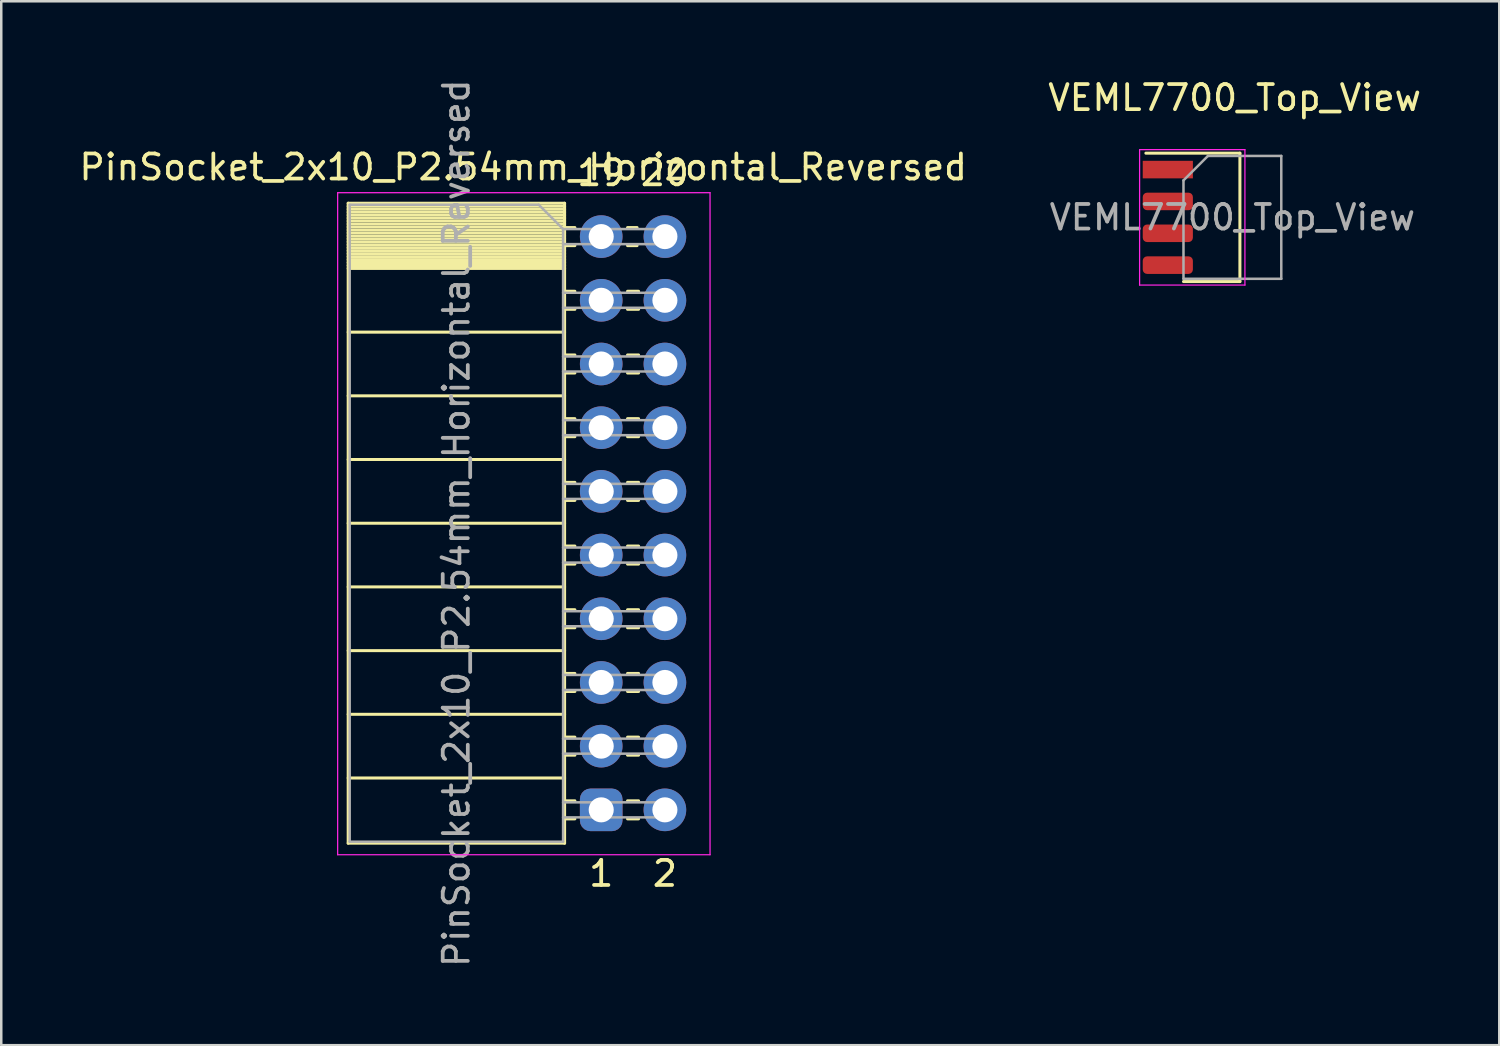
<source format=kicad_pcb>
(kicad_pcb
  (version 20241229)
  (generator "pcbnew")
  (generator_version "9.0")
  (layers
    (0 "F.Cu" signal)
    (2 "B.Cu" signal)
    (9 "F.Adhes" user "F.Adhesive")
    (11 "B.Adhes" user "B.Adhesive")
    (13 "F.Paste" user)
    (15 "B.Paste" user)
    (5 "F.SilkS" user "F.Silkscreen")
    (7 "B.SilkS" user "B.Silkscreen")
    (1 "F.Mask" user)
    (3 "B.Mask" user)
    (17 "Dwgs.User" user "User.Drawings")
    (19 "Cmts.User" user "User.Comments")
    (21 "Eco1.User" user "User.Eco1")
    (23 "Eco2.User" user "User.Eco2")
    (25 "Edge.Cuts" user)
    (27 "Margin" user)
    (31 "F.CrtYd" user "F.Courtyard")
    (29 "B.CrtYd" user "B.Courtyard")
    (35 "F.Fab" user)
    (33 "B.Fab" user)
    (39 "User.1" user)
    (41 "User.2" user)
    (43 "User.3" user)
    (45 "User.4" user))
  (footprint "PinSocket_2x10_P2.54mm_Horizontal_Reversed"
    (layer "F.Cu")
    (at 23.465 6.385)
    (property "Reference" "PinSocket_2x10_P2.54mm_Horizontal_Reversed" (at -5.65 -2.77 0) (layer "F.SilkS") (effects (font (size 1 1) (thickness 0.15))))
    (attr through_hole)
    (fp_line (start -12.63 -1.33) (end -12.63 24.19) (stroke (width 0.12) (type solid)) (layer "F.SilkS"))
    (fp_line (start -12.63 -1.33) (end -4 -1.33) (stroke (width 0.12) (type solid)) (layer "F.SilkS"))
    (fp_line (start -12.63 -1.21) (end -4 -1.21) (stroke (width 0.12) (type solid)) (layer "F.SilkS"))
    (fp_line (start -12.63 -1.092) (end -4 -1.092) (stroke (width 0.12) (type solid)) (layer "F.SilkS"))
    (fp_line (start -12.63 -0.974) (end -4 -0.974) (stroke (width 0.12) (type solid)) (layer "F.SilkS"))
    (fp_line (start -12.63 -0.856) (end -4 -0.856) (stroke (width 0.12) (type solid)) (layer "F.SilkS"))
    (fp_line (start -12.63 -0.738) (end -4 -0.738) (stroke (width 0.12) (type solid)) (layer "F.SilkS"))
    (fp_line (start -12.63 -0.62) (end -4 -0.62) (stroke (width 0.12) (type solid)) (layer "F.SilkS"))
    (fp_line (start -12.63 -0.501) (end -4 -0.501) (stroke (width 0.12) (type solid)) (layer "F.SilkS"))
    (fp_line (start -12.63 -0.383) (end -4 -0.383) (stroke (width 0.12) (type solid)) (layer "F.SilkS"))
    (fp_line (start -12.63 -0.265) (end -4 -0.265) (stroke (width 0.12) (type solid)) (layer "F.SilkS"))
    (fp_line (start -12.63 -0.147) (end -4 -0.147) (stroke (width 0.12) (type solid)) (layer "F.SilkS"))
    (fp_line (start -12.63 -0.029) (end -4 -0.029) (stroke (width 0.12) (type solid)) (layer "F.SilkS"))
    (fp_line (start -12.63 0.089) (end -4 0.089) (stroke (width 0.12) (type solid)) (layer "F.SilkS"))
    (fp_line (start -12.63 0.207) (end -4 0.207) (stroke (width 0.12) (type solid)) (layer "F.SilkS"))
    (fp_line (start -12.63 0.325) (end -4 0.325) (stroke (width 0.12) (type solid)) (layer "F.SilkS"))
    (fp_line (start -12.63 0.443) (end -4 0.443) (stroke (width 0.12) (type solid)) (layer "F.SilkS"))
    (fp_line (start -12.63 0.561) (end -4 0.561) (stroke (width 0.12) (type solid)) (layer "F.SilkS"))
    (fp_line (start -12.63 0.68) (end -4 0.68) (stroke (width 0.12) (type solid)) (layer "F.SilkS"))
    (fp_line (start -12.63 0.798) (end -4 0.798) (stroke (width 0.12) (type solid)) (layer "F.SilkS"))
    (fp_line (start -12.63 0.916) (end -4 0.916) (stroke (width 0.12) (type solid)) (layer "F.SilkS"))
    (fp_line (start -12.63 1.034) (end -4 1.034) (stroke (width 0.12) (type solid)) (layer "F.SilkS"))
    (fp_line (start -12.63 1.152) (end -4 1.152) (stroke (width 0.12) (type solid)) (layer "F.SilkS"))
    (fp_line (start -12.63 1.27) (end -4 1.27) (stroke (width 0.12) (type solid)) (layer "F.SilkS"))
    (fp_line (start -12.63 3.81) (end -4 3.81) (stroke (width 0.12) (type solid)) (layer "F.SilkS"))
    (fp_line (start -12.63 6.35) (end -4 6.35) (stroke (width 0.12) (type solid)) (layer "F.SilkS"))
    (fp_line (start -12.63 8.89) (end -4 8.89) (stroke (width 0.12) (type solid)) (layer "F.SilkS"))
    (fp_line (start -12.63 11.43) (end -4 11.43) (stroke (width 0.12) (type solid)) (layer "F.SilkS"))
    (fp_line (start -12.63 13.97) (end -4 13.97) (stroke (width 0.12) (type solid)) (layer "F.SilkS"))
    (fp_line (start -12.63 16.51) (end -4 16.51) (stroke (width 0.12) (type solid)) (layer "F.SilkS"))
    (fp_line (start -12.63 19.05) (end -4 19.05) (stroke (width 0.12) (type solid)) (layer "F.SilkS"))
    (fp_line (start -12.63 21.59) (end -4 21.59) (stroke (width 0.12) (type solid)) (layer "F.SilkS"))
    (fp_line (start -12.63 24.19) (end -4 24.19) (stroke (width 0.12) (type solid)) (layer "F.SilkS"))
    (fp_line (start -4 -1.33) (end -4 24.19) (stroke (width 0.12) (type solid)) (layer "F.SilkS"))
    (fp_line (start -4 -0.36) (end -3.59 -0.36) (stroke (width 0.12) (type solid)) (layer "F.SilkS"))
    (fp_line (start -4 0.36) (end -3.59 0.36) (stroke (width 0.12) (type solid)) (layer "F.SilkS"))
    (fp_line (start -4 2.18) (end -3.59 2.18) (stroke (width 0.12) (type solid)) (layer "F.SilkS"))
    (fp_line (start -4 2.9) (end -3.59 2.9) (stroke (width 0.12) (type solid)) (layer "F.SilkS"))
    (fp_line (start -4 4.72) (end -3.59 4.72) (stroke (width 0.12) (type solid)) (layer "F.SilkS"))
    (fp_line (start -4 5.44) (end -3.59 5.44) (stroke (width 0.12) (type solid)) (layer "F.SilkS"))
    (fp_line (start -4 7.26) (end -3.59 7.26) (stroke (width 0.12) (type solid)) (layer "F.SilkS"))
    (fp_line (start -4 7.98) (end -3.59 7.98) (stroke (width 0.12) (type solid)) (layer "F.SilkS"))
    (fp_line (start -4 9.8) (end -3.59 9.8) (stroke (width 0.12) (type solid)) (layer "F.SilkS"))
    (fp_line (start -4 10.52) (end -3.59 10.52) (stroke (width 0.12) (type solid)) (layer "F.SilkS"))
    (fp_line (start -4 12.34) (end -3.59 12.34) (stroke (width 0.12) (type solid)) (layer "F.SilkS"))
    (fp_line (start -4 13.06) (end -3.59 13.06) (stroke (width 0.12) (type solid)) (layer "F.SilkS"))
    (fp_line (start -4 14.88) (end -3.59 14.88) (stroke (width 0.12) (type solid)) (layer "F.SilkS"))
    (fp_line (start -4 15.6) (end -3.59 15.6) (stroke (width 0.12) (type solid)) (layer "F.SilkS"))
    (fp_line (start -4 17.42) (end -3.59 17.42) (stroke (width 0.12) (type solid)) (layer "F.SilkS"))
    (fp_line (start -4 18.14) (end -3.59 18.14) (stroke (width 0.12) (type solid)) (layer "F.SilkS"))
    (fp_line (start -4 19.96) (end -3.59 19.96) (stroke (width 0.12) (type solid)) (layer "F.SilkS"))
    (fp_line (start -4 20.68) (end -3.59 20.68) (stroke (width 0.12) (type solid)) (layer "F.SilkS"))
    (fp_line (start -4 22.5) (end -3.59 22.5) (stroke (width 0.12) (type solid)) (layer "F.SilkS"))
    (fp_line (start -4 23.22) (end -3.59 23.22) (stroke (width 0.12) (type solid)) (layer "F.SilkS"))
    (fp_line (start -1.49 -0.36) (end -1.11 -0.36) (stroke (width 0.12) (type solid)) (layer "F.SilkS"))
    (fp_line (start -1.49 0.36) (end -1.11 0.36) (stroke (width 0.12) (type solid)) (layer "F.SilkS"))
    (fp_line (start -1.49 2.18) (end -1.05 2.18) (stroke (width 0.12) (type solid)) (layer "F.SilkS"))
    (fp_line (start -1.49 2.9) (end -1.05 2.9) (stroke (width 0.12) (type solid)) (layer "F.SilkS"))
    (fp_line (start -1.49 4.72) (end -1.05 4.72) (stroke (width 0.12) (type solid)) (layer "F.SilkS"))
    (fp_line (start -1.49 5.44) (end -1.05 5.44) (stroke (width 0.12) (type solid)) (layer "F.SilkS"))
    (fp_line (start -1.49 7.26) (end -1.05 7.26) (stroke (width 0.12) (type solid)) (layer "F.SilkS"))
    (fp_line (start -1.49 7.98) (end -1.05 7.98) (stroke (width 0.12) (type solid)) (layer "F.SilkS"))
    (fp_line (start -1.49 9.8) (end -1.05 9.8) (stroke (width 0.12) (type solid)) (layer "F.SilkS"))
    (fp_line (start -1.49 10.52) (end -1.05 10.52) (stroke (width 0.12) (type solid)) (layer "F.SilkS"))
    (fp_line (start -1.49 12.34) (end -1.05 12.34) (stroke (width 0.12) (type solid)) (layer "F.SilkS"))
    (fp_line (start -1.49 13.06) (end -1.05 13.06) (stroke (width 0.12) (type solid)) (layer "F.SilkS"))
    (fp_line (start -1.49 14.88) (end -1.05 14.88) (stroke (width 0.12) (type solid)) (layer "F.SilkS"))
    (fp_line (start -1.49 15.6) (end -1.05 15.6) (stroke (width 0.12) (type solid)) (layer "F.SilkS"))
    (fp_line (start -1.49 17.42) (end -1.05 17.42) (stroke (width 0.12) (type solid)) (layer "F.SilkS"))
    (fp_line (start -1.49 18.14) (end -1.05 18.14) (stroke (width 0.12) (type solid)) (layer "F.SilkS"))
    (fp_line (start -1.49 19.96) (end -1.05 19.96) (stroke (width 0.12) (type solid)) (layer "F.SilkS"))
    (fp_line (start -1.49 20.68) (end -1.05 20.68) (stroke (width 0.12) (type solid)) (layer "F.SilkS"))
    (fp_line (start -1.49 22.5) (end -1.05 22.5) (stroke (width 0.12) (type solid)) (layer "F.SilkS"))
    (fp_line (start -1.49 23.22) (end -1.05 23.22) (stroke (width 0.12) (type solid)) (layer "F.SilkS"))
    (fp_line (start -13.05 -1.75) (end -13.05 24.65) (stroke (width 0.05) (type solid)) (layer "F.CrtYd"))
    (fp_line (start -13.05 24.65) (end 1.8 24.65) (stroke (width 0.05) (type solid)) (layer "F.CrtYd"))
    (fp_line (start 1.8 -1.75) (end -13.05 -1.75) (stroke (width 0.05) (type solid)) (layer "F.CrtYd"))
    (fp_line (start 1.8 24.65) (end 1.8 -1.75) (stroke (width 0.05) (type solid)) (layer "F.CrtYd"))
    (fp_line (start -12.57 -1.27) (end -5.03 -1.27) (stroke (width 0.1) (type solid)) (layer "F.Fab"))
    (fp_line (start -12.57 24.13) (end -12.57 -1.27) (stroke (width 0.1) (type solid)) (layer "F.Fab"))
    (fp_line (start -5.03 -1.27) (end -4.06 -0.3) (stroke (width 0.1) (type solid)) (layer "F.Fab"))
    (fp_line (start -4.06 -0.3) (end -4.06 24.13) (stroke (width 0.1) (type solid)) (layer "F.Fab"))
    (fp_line (start -4.06 0.3) (end 0 0.3) (stroke (width 0.1) (type solid)) (layer "F.Fab"))
    (fp_line (start -4.06 2.84) (end 0 2.84) (stroke (width 0.1) (type solid)) (layer "F.Fab"))
    (fp_line (start -4.06 5.38) (end 0 5.38) (stroke (width 0.1) (type solid)) (layer "F.Fab"))
    (fp_line (start -4.06 7.92) (end 0 7.92) (stroke (width 0.1) (type solid)) (layer "F.Fab"))
    (fp_line (start -4.06 10.46) (end 0 10.46) (stroke (width 0.1) (type solid)) (layer "F.Fab"))
    (fp_line (start -4.06 13) (end 0 13) (stroke (width 0.1) (type solid)) (layer "F.Fab"))
    (fp_line (start -4.06 15.54) (end 0 15.54) (stroke (width 0.1) (type solid)) (layer "F.Fab"))
    (fp_line (start -4.06 18.08) (end 0 18.08) (stroke (width 0.1) (type solid)) (layer "F.Fab"))
    (fp_line (start -4.06 20.62) (end 0 20.62) (stroke (width 0.1) (type solid)) (layer "F.Fab"))
    (fp_line (start -4.06 23.16) (end 0 23.16) (stroke (width 0.1) (type solid)) (layer "F.Fab"))
    (fp_line (start -4.06 24.13) (end -12.57 24.13) (stroke (width 0.1) (type solid)) (layer "F.Fab"))
    (fp_line (start 0 -0.3) (end -4.06 -0.3) (stroke (width 0.1) (type solid)) (layer "F.Fab"))
    (fp_line (start 0 0.3) (end 0 -0.3) (stroke (width 0.1) (type solid)) (layer "F.Fab"))
    (fp_line (start 0 2.24) (end -4.06 2.24) (stroke (width 0.1) (type solid)) (layer "F.Fab"))
    (fp_line (start 0 2.84) (end 0 2.24) (stroke (width 0.1) (type solid)) (layer "F.Fab"))
    (fp_line (start 0 4.78) (end -4.06 4.78) (stroke (width 0.1) (type solid)) (layer "F.Fab"))
    (fp_line (start 0 5.38) (end 0 4.78) (stroke (width 0.1) (type solid)) (layer "F.Fab"))
    (fp_line (start 0 7.32) (end -4.06 7.32) (stroke (width 0.1) (type solid)) (layer "F.Fab"))
    (fp_line (start 0 7.92) (end 0 7.32) (stroke (width 0.1) (type solid)) (layer "F.Fab"))
    (fp_line (start 0 9.86) (end -4.06 9.86) (stroke (width 0.1) (type solid)) (layer "F.Fab"))
    (fp_line (start 0 10.46) (end 0 9.86) (stroke (width 0.1) (type solid)) (layer "F.Fab"))
    (fp_line (start 0 12.4) (end -4.06 12.4) (stroke (width 0.1) (type solid)) (layer "F.Fab"))
    (fp_line (start 0 13) (end 0 12.4) (stroke (width 0.1) (type solid)) (layer "F.Fab"))
    (fp_line (start 0 14.94) (end -4.06 14.94) (stroke (width 0.1) (type solid)) (layer "F.Fab"))
    (fp_line (start 0 15.54) (end 0 14.94) (stroke (width 0.1) (type solid)) (layer "F.Fab"))
    (fp_line (start 0 17.48) (end -4.06 17.48) (stroke (width 0.1) (type solid)) (layer "F.Fab"))
    (fp_line (start 0 18.08) (end 0 17.48) (stroke (width 0.1) (type solid)) (layer "F.Fab"))
    (fp_line (start 0 20.02) (end -4.06 20.02) (stroke (width 0.1) (type solid)) (layer "F.Fab"))
    (fp_line (start 0 20.62) (end 0 20.02) (stroke (width 0.1) (type solid)) (layer "F.Fab"))
    (fp_line (start 0 22.56) (end -4.06 22.56) (stroke (width 0.1) (type solid)) (layer "F.Fab"))
    (fp_line (start 0 23.16) (end 0 22.56) (stroke (width 0.1) (type solid)) (layer "F.Fab"))
    (fp_text user "2" (at 0 25.4 0) (unlocked yes) (layer "F.SilkS") (effects (font (size 1 1) (thickness 0.15))))
    (fp_text user "20" (at 0 -2.54 0) (unlocked yes) (layer "F.SilkS") (effects (font (size 1 1) (thickness 0.15))))
    (fp_text user "1" (at -2.54 25.4 0) (unlocked yes) (layer "F.SilkS") (effects (font (size 1 1) (thickness 0.15))))
    (fp_text user "19" (at -2.54 -2.54 0) (unlocked yes) (layer "F.SilkS") (effects (font (size 1 1) (thickness 0.15))))
    (fp_text user "${REFERENCE}" (at -8.315 11.43 90) (layer "F.Fab") (effects (font (size 1 1) (thickness 0.15))))
    (pad "1" thru_hole roundrect (at -2.54 22.86) (size 1.7 1.7) (drill 1) (layers "*.Cu" "*.Mask") (roundrect_rratio 0.25))
    (pad "2" thru_hole oval (at 0 22.86) (size 1.7 1.7) (drill 1) (layers "*.Cu" "*.Mask"))
    (pad "3" thru_hole oval (at -2.54 20.32) (size 1.7 1.7) (drill 1) (layers "*.Cu" "*.Mask"))
    (pad "4" thru_hole oval (at 0 20.32) (size 1.7 1.7) (drill 1) (layers "*.Cu" "*.Mask"))
    (pad "5" thru_hole oval (at -2.54 17.78) (size 1.7 1.7) (drill 1) (layers "*.Cu" "*.Mask"))
    (pad "6" thru_hole oval (at 0 17.78) (size 1.7 1.7) (drill 1) (layers "*.Cu" "*.Mask"))
    (pad "7" thru_hole oval (at -2.54 15.24) (size 1.7 1.7) (drill 1) (layers "*.Cu" "*.Mask"))
    (pad "8" thru_hole oval (at 0 15.24) (size 1.7 1.7) (drill 1) (layers "*.Cu" "*.Mask"))
    (pad "9" thru_hole oval (at -2.54 12.7) (size 1.7 1.7) (drill 1) (layers "*.Cu" "*.Mask"))
    (pad "10" thru_hole oval (at 0 12.7) (size 1.7 1.7) (drill 1) (layers "*.Cu" "*.Mask"))
    (pad "11" thru_hole oval (at -2.54 10.16) (size 1.7 1.7) (drill 1) (layers "*.Cu" "*.Mask"))
    (pad "12" thru_hole oval (at 0 10.16) (size 1.7 1.7) (drill 1) (layers "*.Cu" "*.Mask"))
    (pad "13" thru_hole oval (at -2.54 7.62) (size 1.7 1.7) (drill 1) (layers "*.Cu" "*.Mask"))
    (pad "14" thru_hole oval (at 0 7.62) (size 1.7 1.7) (drill 1) (layers "*.Cu" "*.Mask"))
    (pad "15" thru_hole oval (at -2.54 5.08) (size 1.7 1.7) (drill 1) (layers "*.Cu" "*.Mask"))
    (pad "16" thru_hole oval (at 0 5.08) (size 1.7 1.7) (drill 1) (layers "*.Cu" "*.Mask"))
    (pad "17" thru_hole oval (at -2.54 2.54) (size 1.7 1.7) (drill 1) (layers "*.Cu" "*.Mask"))
    (pad "18" thru_hole oval (at 0 2.54) (size 1.7 1.7) (drill 1) (layers "*.Cu" "*.Mask"))
    (pad "19" thru_hole oval (at -2.54 0) (size 1.7 1.7) (drill 1) (layers "*.Cu" "*.Mask"))
    (pad "20" thru_hole circle (at 0 0) (size 1.7 1.7) (drill 1) (layers "*.Cu" "*.Mask")))
  (footprint "VEML7700_Top_View"
    (layer "F.Cu")
    (at 46.095 5.618)
    (property "Reference" "VEML7700_Top_View" (at 0.09 -4.77 0) (layer "F.SilkS") (effects (font (size 1 1) (thickness 0.15))))
    (attr smd)
    (fp_line (start 0.3 -2.56) (end -3.45 -2.56) (stroke (width 0.12) (type solid)) (layer "F.SilkS"))
    (fp_line (start 0.3 -2.56) (end 0.3 2.56) (stroke (width 0.12) (type solid)) (layer "F.SilkS"))
    (fp_line (start 0.3 2.56) (end -1.95 2.56) (stroke (width 0.12) (type solid)) (layer "F.SilkS"))
    (fp_line (start -3.7 -2.7) (end -3.7 2.7) (stroke (width 0.05) (type solid)) (layer "F.CrtYd"))
    (fp_line (start -3.7 2.7) (end 0.5 2.7) (stroke (width 0.05) (type solid)) (layer "F.CrtYd"))
    (fp_line (start 0.5 -2.7) (end -3.7 -2.7) (stroke (width 0.05) (type solid)) (layer "F.CrtYd"))
    (fp_line (start 0.5 2.7) (end 0.5 -2.7) (stroke (width 0.05) (type solid)) (layer "F.CrtYd"))
    (fp_line (start -1.95 -1.475) (end -0.975 -2.45) (stroke (width 0.1) (type solid)) (layer "F.Fab"))
    (fp_line (start -1.95 2.45) (end -1.95 -1.475) (stroke (width 0.1) (type solid)) (layer "F.Fab"))
    (fp_line (start -0.975 -2.45) (end 1.95 -2.45) (stroke (width 0.1) (type solid)) (layer "F.Fab"))
    (fp_line (start 1.95 -2.45) (end 1.95 2.45) (stroke (width 0.1) (type solid)) (layer "F.Fab"))
    (fp_line (start 1.95 2.45) (end -1.95 2.45) (stroke (width 0.1) (type solid)) (layer "F.Fab"))
    (fp_text user "${REFERENCE}" (at 0 0 0) (layer "F.Fab") (effects (font (size 0.98 0.98) (thickness 0.15))))
    (pad "1" smd rect (at -2.575 -1.905) (size 2 0.7) (layers "F.Cu" "F.Mask" "F.Paste"))
    (pad "2" smd roundrect (at -2.575 -0.635) (size 2 0.7) (layers "F.Cu" "F.Mask" "F.Paste") (roundrect_rratio 0.25))
    (pad "3" smd roundrect (at -2.575 0.635) (size 2 0.7) (layers "F.Cu" "F.Mask" "F.Paste") (roundrect_rratio 0.25))
    (pad "4" smd roundrect (at -2.575 1.905) (size 2 0.7) (layers "F.Cu" "F.Mask" "F.Paste") (roundrect_rratio 0.25)))
  (gr_rect
    (start -3 -3)
    (end 56.738 38.631)
    (stroke (width 0.1) (type default))
    (fill no)
    (layer "Edge.Cuts")))
</source>
